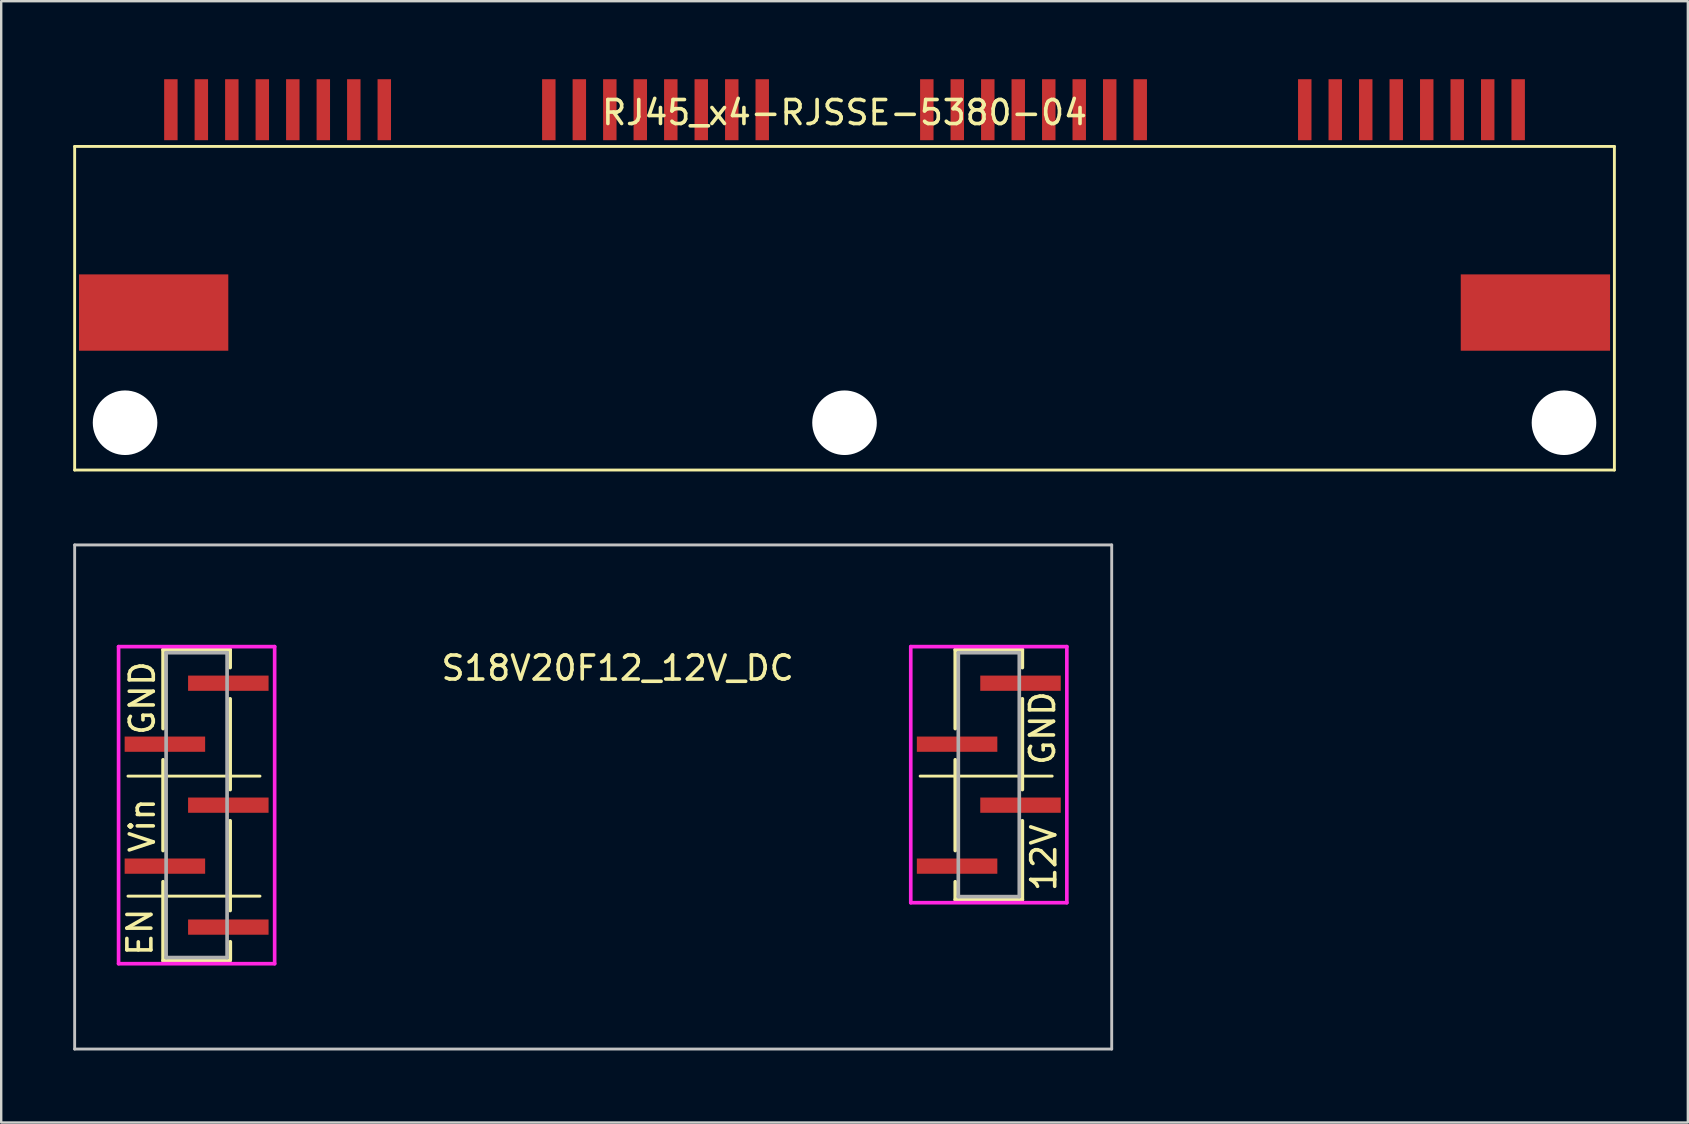
<source format=kicad_pcb>
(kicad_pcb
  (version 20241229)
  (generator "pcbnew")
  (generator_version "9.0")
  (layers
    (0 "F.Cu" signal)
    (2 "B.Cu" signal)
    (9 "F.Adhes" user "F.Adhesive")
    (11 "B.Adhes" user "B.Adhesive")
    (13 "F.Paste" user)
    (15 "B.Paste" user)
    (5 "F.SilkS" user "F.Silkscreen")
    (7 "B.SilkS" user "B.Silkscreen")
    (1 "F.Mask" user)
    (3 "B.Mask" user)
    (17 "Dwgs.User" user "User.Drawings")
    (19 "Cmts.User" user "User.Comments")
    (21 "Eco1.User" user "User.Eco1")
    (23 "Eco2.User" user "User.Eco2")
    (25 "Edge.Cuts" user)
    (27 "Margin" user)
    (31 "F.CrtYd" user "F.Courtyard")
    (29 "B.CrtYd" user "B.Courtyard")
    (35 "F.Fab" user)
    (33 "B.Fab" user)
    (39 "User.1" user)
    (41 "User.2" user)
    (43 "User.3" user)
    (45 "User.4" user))
  (footprint "RJ45_x4-RJSSE-5380-04"
    (layer "F.Cu")
    (at 32.13 0.25)
    (property "Reference" "RJ45_x4-RJSSE-5380-04" (at 0 1.39 0) (layer "F.SilkS") (effects (font (size 1 1) (thickness 0.15))))
    (attr smd)
    (fp_line (start -32.07 2.8) (end -32.07 16.28) (stroke (width 0.12) (type solid)) (layer "F.SilkS"))
    (fp_line (start 32.07 2.8) (end -32.07 2.8) (stroke (width 0.12) (type solid)) (layer "F.SilkS"))
    (fp_line (start 32.07 2.8) (end 32.07 16.28) (stroke (width 0.12) (type solid)) (layer "F.SilkS"))
    (fp_line (start 32.07 16.28) (end -32.07 16.28) (stroke (width 0.12) (type solid)) (layer "F.SilkS"))
    (pad "" np_thru_hole circle (at -29.97 14.31) (size 2.69 2.69) (drill 2.69) (layers "*.Cu" "*.Mask"))
    (pad "" np_thru_hole circle (at 0 14.31) (size 2.69 2.69) (drill 2.69) (layers "*.Cu" "*.Mask"))
    (pad "" np_thru_hole circle (at 29.97 14.31) (size 2.69 2.69) (drill 2.69) (layers "*.Cu" "*.Mask"))
    (pad "1" smd rect (at 28.062 1.27) (size 0.56 2.54) (layers "F.Cu" "F.Mask" "F.Paste"))
    (pad "2" smd rect (at 26.793 1.27) (size 0.56 2.54) (layers "F.Cu" "F.Mask" "F.Paste"))
    (pad "3" smd rect (at 25.523 1.27) (size 0.56 2.54) (layers "F.Cu" "F.Mask" "F.Paste"))
    (pad "4" smd rect (at 24.253 1.27) (size 0.56 2.54) (layers "F.Cu" "F.Mask" "F.Paste"))
    (pad "5" smd rect (at 22.983 1.27) (size 0.56 2.54) (layers "F.Cu" "F.Mask" "F.Paste"))
    (pad "6" smd rect (at 21.712 1.27) (size 0.56 2.54) (layers "F.Cu" "F.Mask" "F.Paste"))
    (pad "7" smd rect (at 20.442 1.27) (size 0.56 2.54) (layers "F.Cu" "F.Mask" "F.Paste"))
    (pad "8" smd rect (at 19.172 1.27) (size 0.56 2.54) (layers "F.Cu" "F.Mask" "F.Paste"))
    (pad "9" smd rect (at 12.318 1.27) (size 0.56 2.54) (layers "F.Cu" "F.Mask" "F.Paste"))
    (pad "10" smd rect (at 11.047 1.27) (size 0.56 2.54) (layers "F.Cu" "F.Mask" "F.Paste"))
    (pad "11" smd rect (at 9.777 1.27) (size 0.56 2.54) (layers "F.Cu" "F.Mask" "F.Paste"))
    (pad "12" smd rect (at 8.508 1.27) (size 0.56 2.54) (layers "F.Cu" "F.Mask" "F.Paste"))
    (pad "13" smd rect (at 7.237 1.27) (size 0.56 2.54) (layers "F.Cu" "F.Mask" "F.Paste"))
    (pad "14" smd rect (at 5.968 1.27) (size 0.56 2.54) (layers "F.Cu" "F.Mask" "F.Paste"))
    (pad "15" smd rect (at 4.697 1.27) (size 0.56 2.54) (layers "F.Cu" "F.Mask" "F.Paste"))
    (pad "16" smd rect (at 3.428 1.27) (size 0.56 2.54) (layers "F.Cu" "F.Mask" "F.Paste"))
    (pad "17" smd rect (at -3.428 1.27) (size 0.56 2.54) (layers "F.Cu" "F.Mask" "F.Paste"))
    (pad "18" smd rect (at -4.697 1.27) (size 0.56 2.54) (layers "F.Cu" "F.Mask" "F.Paste"))
    (pad "19" smd rect (at -5.968 1.27) (size 0.56 2.54) (layers "F.Cu" "F.Mask" "F.Paste"))
    (pad "20" smd rect (at -7.237 1.27) (size 0.56 2.54) (layers "F.Cu" "F.Mask" "F.Paste"))
    (pad "21" smd rect (at -8.508 1.27) (size 0.56 2.54) (layers "F.Cu" "F.Mask" "F.Paste"))
    (pad "22" smd rect (at -9.777 1.27) (size 0.56 2.54) (layers "F.Cu" "F.Mask" "F.Paste"))
    (pad "23" smd rect (at -11.047 1.27) (size 0.56 2.54) (layers "F.Cu" "F.Mask" "F.Paste"))
    (pad "24" smd rect (at -12.318 1.27) (size 0.56 2.54) (layers "F.Cu" "F.Mask" "F.Paste"))
    (pad "25" smd rect (at -19.172 1.27) (size 0.56 2.54) (layers "F.Cu" "F.Mask" "F.Paste"))
    (pad "26" smd rect (at -20.442 1.27) (size 0.56 2.54) (layers "F.Cu" "F.Mask" "F.Paste"))
    (pad "27" smd rect (at -21.712 1.27) (size 0.56 2.54) (layers "F.Cu" "F.Mask" "F.Paste"))
    (pad "28" smd rect (at -22.983 1.27) (size 0.56 2.54) (layers "F.Cu" "F.Mask" "F.Paste"))
    (pad "29" smd rect (at -24.253 1.27) (size 0.56 2.54) (layers "F.Cu" "F.Mask" "F.Paste"))
    (pad "30" smd rect (at -25.523 1.27) (size 0.56 2.54) (layers "F.Cu" "F.Mask" "F.Paste"))
    (pad "31" smd rect (at -26.793 1.27) (size 0.56 2.54) (layers "F.Cu" "F.Mask" "F.Paste"))
    (pad "32" smd rect (at -28.062 1.27) (size 0.56 2.54) (layers "F.Cu" "F.Mask" "F.Paste"))
    (pad "SH" smd rect (at -28.78 9.72) (size 6.22 3.18) (layers "F.Cu" "F.Mask" "F.Paste"))
    (pad "SH" smd rect (at 28.78 9.72) (size 6.22 3.18) (layers "F.Cu" "F.Mask" "F.Paste")))
  (footprint "S18V20F12_12V_DC"
    (layer "F.Cu")
    (at 1.78 23.78)
    (property "Reference" "S18V20F12_12V_DC" (at 20.9 1 0) (layer "F.SilkS") (effects (font (size 1 1) (thickness 0.15))))
    (attr through_hole)
    (fp_line (start 0.5 5.5) (end 6 5.5) (stroke (width 0.12) (type solid)) (layer "F.SilkS"))
    (fp_line (start 0.5 10.5) (end 6 10.5) (stroke (width 0.12) (type solid)) (layer "F.SilkS"))
    (fp_line (start 1.963 0.233) (end 1.963 3.52) (stroke (width 0.152) (type solid)) (layer "F.SilkS"))
    (fp_line (start 1.963 4.82) (end 1.963 8.6) (stroke (width 0.152) (type solid)) (layer "F.SilkS"))
    (fp_line (start 1.963 9.9) (end 1.963 13.187) (stroke (width 0.152) (type solid)) (layer "F.SilkS"))
    (fp_line (start 1.963 13.187) (end 4.757 13.187) (stroke (width 0.152) (type solid)) (layer "F.SilkS"))
    (fp_line (start 4.757 0.233) (end 1.963 0.233) (stroke (width 0.152) (type solid)) (layer "F.SilkS"))
    (fp_line (start 4.757 0.98) (end 4.757 0.233) (stroke (width 0.152) (type solid)) (layer "F.SilkS"))
    (fp_line (start 4.757 6.06) (end 4.757 2.28) (stroke (width 0.152) (type solid)) (layer "F.SilkS"))
    (fp_line (start 4.757 11.1) (end 4.757 7.36) (stroke (width 0.152) (type solid)) (layer "F.SilkS"))
    (fp_line (start 4.763 12.4) (end 4.763 13.147) (stroke (width 0.152) (type solid)) (layer "F.SilkS"))
    (fp_line (start 33.5 5.5) (end 39 5.5) (stroke (width 0.12) (type solid)) (layer "F.SilkS"))
    (fp_line (start 34.963 0.233) (end 34.963 3.52) (stroke (width 0.152) (type solid)) (layer "F.SilkS"))
    (fp_line (start 34.963 4.82) (end 34.963 8.6) (stroke (width 0.152) (type solid)) (layer "F.SilkS"))
    (fp_line (start 34.963 9.9) (end 34.963 10.647) (stroke (width 0.152) (type solid)) (layer "F.SilkS"))
    (fp_line (start 34.963 10.647) (end 37.757 10.647) (stroke (width 0.152) (type solid)) (layer "F.SilkS"))
    (fp_line (start 37.757 0.233) (end 34.963 0.233) (stroke (width 0.152) (type solid)) (layer "F.SilkS"))
    (fp_line (start 37.757 0.98) (end 37.757 0.233) (stroke (width 0.152) (type solid)) (layer "F.SilkS"))
    (fp_line (start 37.757 6.06) (end 37.757 2.28) (stroke (width 0.152) (type solid)) (layer "F.SilkS"))
    (fp_line (start 37.757 10.647) (end 37.757 7.36) (stroke (width 0.152) (type solid)) (layer "F.SilkS"))
    (fp_line (start -1.72 -4.13) (end -1.72 16.87) (stroke (width 0.12) (type solid)) (layer "Dwgs.User"))
    (fp_line (start -1.72 -4.13) (end 41.48 -4.13) (stroke (width 0.12) (type solid)) (layer "Dwgs.User"))
    (fp_line (start -1.72 16.87) (end 41.48 16.87) (stroke (width 0.12) (type solid)) (layer "Dwgs.User"))
    (fp_line (start 41.48 -4.13) (end 41.48 16.87) (stroke (width 0.12) (type solid)) (layer "Dwgs.User"))
    (fp_line (start 0.109 0.106) (end 0.109 13.314) (stroke (width 0.152) (type solid)) (layer "F.CrtYd"))
    (fp_line (start 0.109 13.314) (end 6.611 13.314) (stroke (width 0.152) (type solid)) (layer "F.CrtYd"))
    (fp_line (start 6.611 0.106) (end 0.109 0.106) (stroke (width 0.152) (type solid)) (layer "F.CrtYd"))
    (fp_line (start 6.611 13.314) (end 6.611 0.106) (stroke (width 0.152) (type solid)) (layer "F.CrtYd"))
    (fp_line (start 33.109 0.106) (end 33.109 10.774) (stroke (width 0.152) (type solid)) (layer "F.CrtYd"))
    (fp_line (start 33.109 10.774) (end 39.611 10.774) (stroke (width 0.152) (type solid)) (layer "F.CrtYd"))
    (fp_line (start 39.611 0.106) (end 33.109 0.106) (stroke (width 0.152) (type solid)) (layer "F.CrtYd"))
    (fp_line (start 39.611 10.774) (end 39.611 0.106) (stroke (width 0.152) (type solid)) (layer "F.CrtYd"))
    (fp_line (start 2.09 0.36) (end 2.09 13.06) (stroke (width 0.152) (type solid)) (layer "F.Fab"))
    (fp_line (start 2.09 13.06) (end 4.63 13.06) (stroke (width 0.152) (type solid)) (layer "F.Fab"))
    (fp_line (start 4.63 0.36) (end 2.09 0.36) (stroke (width 0.152) (type solid)) (layer "F.Fab"))
    (fp_line (start 4.63 13.06) (end 4.63 0.36) (stroke (width 0.152) (type solid)) (layer "F.Fab"))
    (fp_line (start 35.09 0.36) (end 35.09 10.52) (stroke (width 0.152) (type solid)) (layer "F.Fab"))
    (fp_line (start 35.09 10.52) (end 37.63 10.52) (stroke (width 0.152) (type solid)) (layer "F.Fab"))
    (fp_line (start 37.63 0.36) (end 35.09 0.36) (stroke (width 0.152) (type solid)) (layer "F.Fab"))
    (fp_line (start 37.63 10.52) (end 37.63 0.36) (stroke (width 0.152) (type solid)) (layer "F.Fab"))
    (fp_text user "GND" (at 1.1 2.25 90) (layer "F.SilkS") (effects (font (size 1 1) (thickness 0.15))))
    (fp_text user "GND" (at 38.6 3.5 90) (layer "F.SilkS") (effects (font (size 1 1) (thickness 0.15))))
    (fp_text user "12V" (at 38.65 8.9 90) (layer "F.SilkS") (effects (font (size 1 1) (thickness 0.15))))
    (fp_text user "Vin" (at 1.1 7.55 90) (layer "F.SilkS") (effects (font (size 1 1) (thickness 0.15))))
    (fp_text user "EN" (at 1 12 90) (layer "F.SilkS") (effects (font (size 1 1) (thickness 0.15))))
    (pad "1" smd rect (at 4.681 1.63 270) (size 0.635 3.353) (layers "F.Cu" "F.Mask" "F.Paste"))
    (pad "2" smd rect (at 2.039 4.17 270) (size 0.635 3.353) (layers "F.Cu" "F.Mask" "F.Paste"))
    (pad "3" smd rect (at 4.681 6.71 270) (size 0.635 3.353) (layers "F.Cu" "F.Mask" "F.Paste"))
    (pad "4" smd rect (at 2.039 9.25 270) (size 0.635 3.353) (layers "F.Cu" "F.Mask" "F.Paste"))
    (pad "5" smd rect (at 4.681 11.79 270) (size 0.635 3.353) (layers "F.Cu" "F.Mask" "F.Paste"))
    (pad "6" smd rect (at 35.039 9.25 270) (size 0.635 3.353) (layers "F.Cu" "F.Mask" "F.Paste"))
    (pad "7" smd rect (at 37.681 6.71 270) (size 0.635 3.353) (layers "F.Cu" "F.Mask" "F.Paste"))
    (pad "8" smd rect (at 35.039 4.17 270) (size 0.635 3.353) (layers "F.Cu" "F.Mask" "F.Paste"))
    (pad "9" smd rect (at 37.681 1.63 270) (size 0.635 3.353) (layers "F.Cu" "F.Mask" "F.Paste")))
  (gr_rect
    (start -3 -3)
    (end 67.26 43.71)
    (stroke (width 0.1) (type default))
    (fill no)
    (layer "Edge.Cuts")))
</source>
